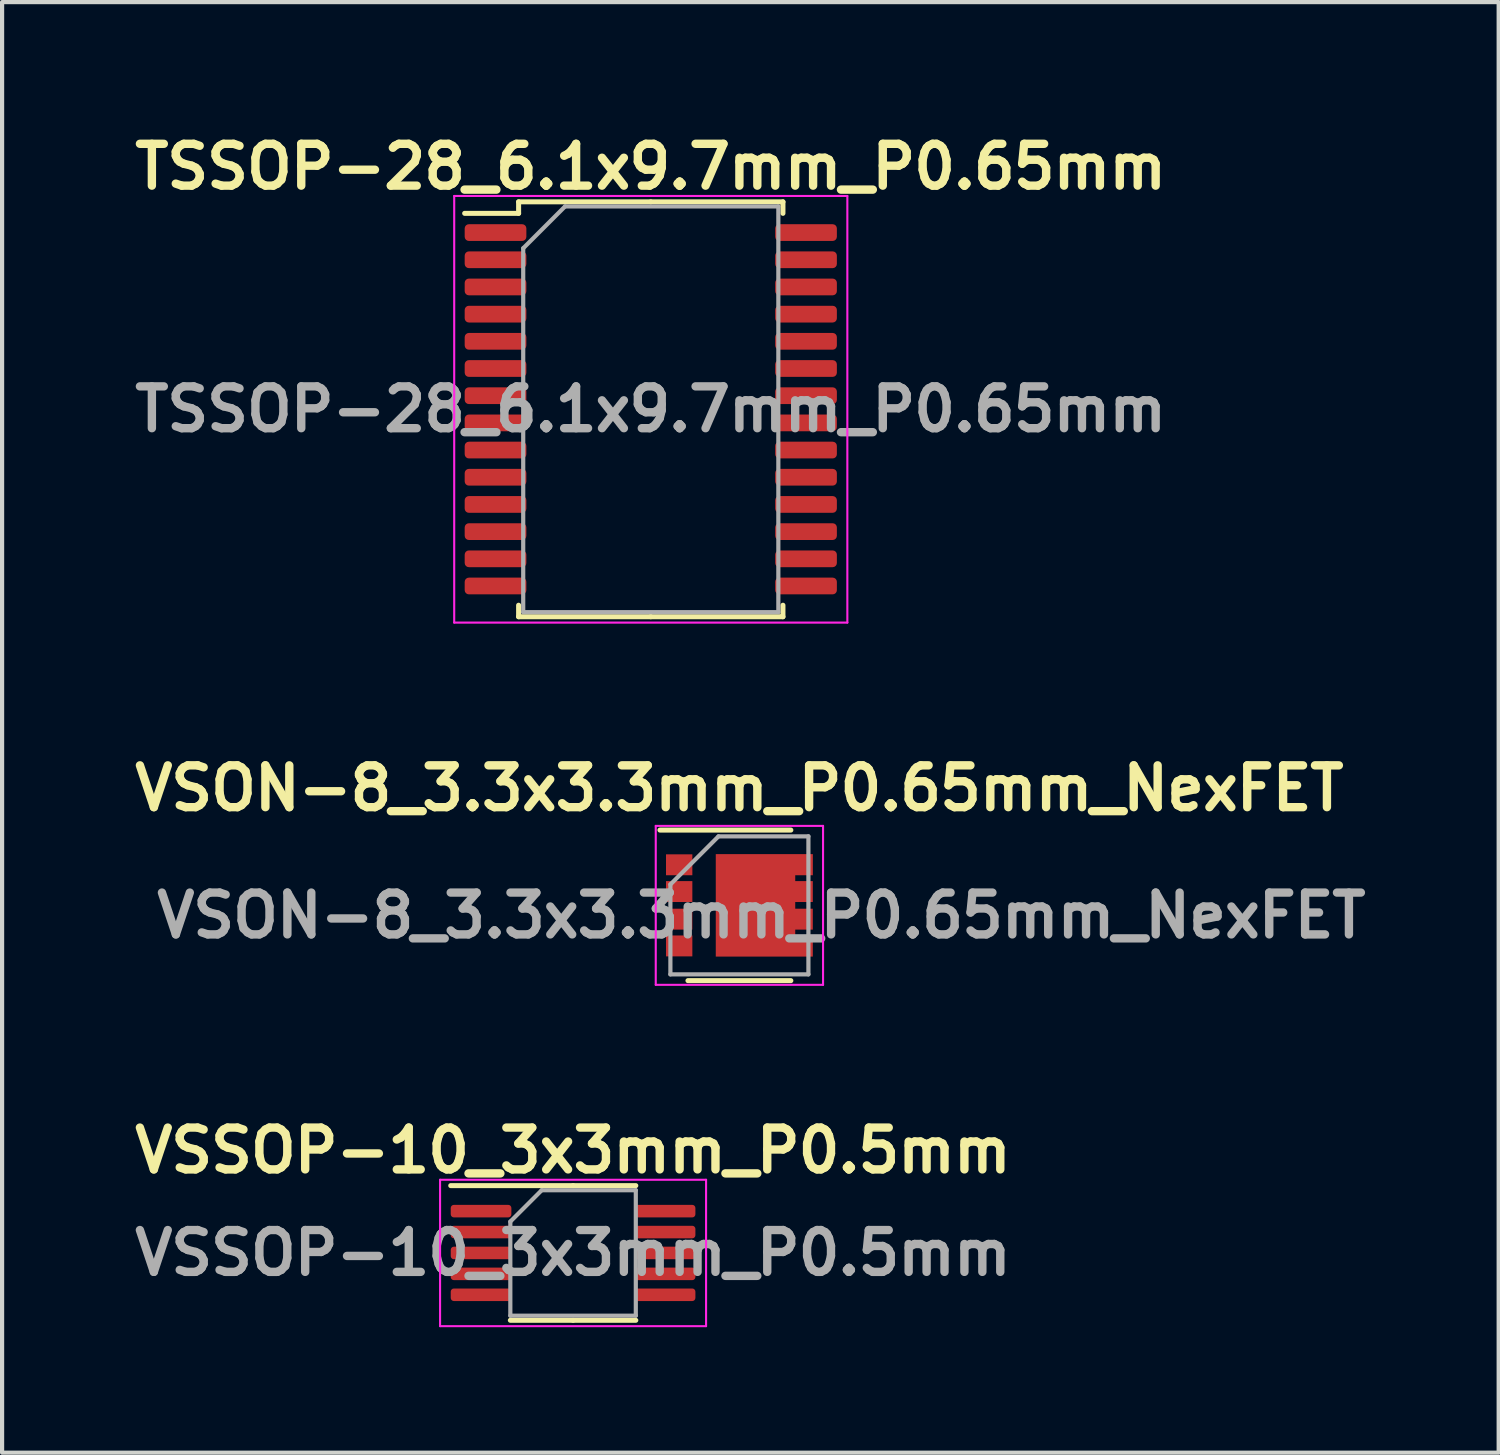
<source format=kicad_pcb>
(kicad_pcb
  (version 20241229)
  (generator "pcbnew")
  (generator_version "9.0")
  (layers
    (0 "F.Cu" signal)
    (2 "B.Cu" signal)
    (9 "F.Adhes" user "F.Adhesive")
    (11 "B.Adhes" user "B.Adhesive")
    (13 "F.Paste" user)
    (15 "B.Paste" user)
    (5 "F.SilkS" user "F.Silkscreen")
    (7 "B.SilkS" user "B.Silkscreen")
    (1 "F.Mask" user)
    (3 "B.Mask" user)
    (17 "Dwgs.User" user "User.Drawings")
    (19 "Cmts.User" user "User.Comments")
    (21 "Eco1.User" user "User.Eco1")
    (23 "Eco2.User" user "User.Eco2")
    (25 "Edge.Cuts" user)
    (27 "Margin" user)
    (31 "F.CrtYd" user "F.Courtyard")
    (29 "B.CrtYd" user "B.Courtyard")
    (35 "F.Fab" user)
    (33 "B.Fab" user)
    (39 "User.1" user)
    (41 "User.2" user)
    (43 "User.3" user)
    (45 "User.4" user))
  (footprint "VSSOP-10_3x3mm_P0.5mm"
    (layer "F.Cu")
    (at 10.652 26.908)
    (property "Reference" "VSSOP-10_3x3mm_P0.5mm" (at 0 -2.45 0) (layer "F.SilkS") (effects (font (size 1 1) (thickness 0.2))))
    (attr smd)
    (fp_line (start 0 -1.61) (end -2.925 -1.61) (stroke (width 0.12) (type solid)) (layer "F.SilkS"))
    (fp_line (start 0 -1.61) (end 1.5 -1.61) (stroke (width 0.12) (type solid)) (layer "F.SilkS"))
    (fp_line (start 0 1.61) (end -1.5 1.61) (stroke (width 0.12) (type solid)) (layer "F.SilkS"))
    (fp_line (start 0 1.61) (end 1.5 1.61) (stroke (width 0.12) (type solid)) (layer "F.SilkS"))
    (fp_line (start -3.18 -1.75) (end -3.18 1.75) (stroke (width 0.05) (type solid)) (layer "F.CrtYd"))
    (fp_line (start -3.18 1.75) (end 3.18 1.75) (stroke (width 0.05) (type solid)) (layer "F.CrtYd"))
    (fp_line (start 3.18 -1.75) (end -3.18 -1.75) (stroke (width 0.05) (type solid)) (layer "F.CrtYd"))
    (fp_line (start 3.18 1.75) (end 3.18 -1.75) (stroke (width 0.05) (type solid)) (layer "F.CrtYd"))
    (fp_line (start -1.5 -0.75) (end -0.75 -1.5) (stroke (width 0.1) (type solid)) (layer "F.Fab"))
    (fp_line (start -1.5 1.5) (end -1.5 -0.75) (stroke (width 0.1) (type solid)) (layer "F.Fab"))
    (fp_line (start -0.75 -1.5) (end 1.5 -1.5) (stroke (width 0.1) (type solid)) (layer "F.Fab"))
    (fp_line (start 1.5 -1.5) (end 1.5 1.5) (stroke (width 0.1) (type solid)) (layer "F.Fab"))
    (fp_line (start 1.5 1.5) (end -1.5 1.5) (stroke (width 0.1) (type solid)) (layer "F.Fab"))
    (fp_text user "${REFERENCE}" (at 0 0 0) (layer "F.Fab") (effects (font (size 1 1) (thickness 0.2))))
    (pad "1" smd roundrect (at -2.2 -1) (size 1.45 0.3) (layers "F.Cu" "F.Mask" "F.Paste") (roundrect_rratio 0.25))
    (pad "2" smd roundrect (at -2.2 -0.5) (size 1.45 0.3) (layers "F.Cu" "F.Mask" "F.Paste") (roundrect_rratio 0.25))
    (pad "3" smd roundrect (at -2.2 0) (size 1.45 0.3) (layers "F.Cu" "F.Mask" "F.Paste") (roundrect_rratio 0.25))
    (pad "4" smd roundrect (at -2.2 0.5) (size 1.45 0.3) (layers "F.Cu" "F.Mask" "F.Paste") (roundrect_rratio 0.25))
    (pad "5" smd roundrect (at -2.2 1) (size 1.45 0.3) (layers "F.Cu" "F.Mask" "F.Paste") (roundrect_rratio 0.25))
    (pad "6" smd roundrect (at 2.2 1) (size 1.45 0.3) (layers "F.Cu" "F.Mask" "F.Paste") (roundrect_rratio 0.25))
    (pad "7" smd roundrect (at 2.2 0.5) (size 1.45 0.3) (layers "F.Cu" "F.Mask" "F.Paste") (roundrect_rratio 0.25))
    (pad "8" smd roundrect (at 2.2 0) (size 1.45 0.3) (layers "F.Cu" "F.Mask" "F.Paste") (roundrect_rratio 0.25))
    (pad "9" smd roundrect (at 2.2 -0.5) (size 1.45 0.3) (layers "F.Cu" "F.Mask" "F.Paste") (roundrect_rratio 0.25))
    (pad "10" smd roundrect (at 2.2 -1) (size 1.45 0.3) (layers "F.Cu" "F.Mask" "F.Paste") (roundrect_rratio 0.25)))
  (footprint "VSON-8_3.3x3.3mm_P0.65mm_NexFET"
    (layer "F.Cu")
    (at 14.629 18.597)
    (property "Reference" "VSON-8_3.3x3.3mm_P0.65mm_NexFET" (at 0 -2.8 0) (layer "F.SilkS") (effects (font (size 1 1) (thickness 0.2))))
    (attr smd)
    (fp_line (start -1.9 -1.8) (end 1.23 -1.8) (stroke (width 0.12) (type solid)) (layer "F.SilkS"))
    (fp_line (start -1.23 1.8) (end 1.23 1.8) (stroke (width 0.12) (type solid)) (layer "F.SilkS"))
    (fp_line (start -2 -1.9) (end -2 1.9) (stroke (width 0.05) (type solid)) (layer "F.CrtYd"))
    (fp_line (start -2 -1.9) (end 2 -1.9) (stroke (width 0.05) (type solid)) (layer "F.CrtYd"))
    (fp_line (start -2 1.9) (end 2 1.9) (stroke (width 0.05) (type solid)) (layer "F.CrtYd"))
    (fp_line (start 2 -1.9) (end 2 1.9) (stroke (width 0.05) (type solid)) (layer "F.CrtYd"))
    (fp_line (start -1.65 -0.5) (end -0.5 -1.65) (stroke (width 0.1) (type solid)) (layer "F.Fab"))
    (fp_line (start -1.65 1.65) (end -1.65 -0.5) (stroke (width 0.1) (type solid)) (layer "F.Fab"))
    (fp_line (start -0.5 -1.65) (end 1.65 -1.65) (stroke (width 0.1) (type solid)) (layer "F.Fab"))
    (fp_line (start 1.65 -1.65) (end 1.65 1.65) (stroke (width 0.1) (type solid)) (layer "F.Fab"))
    (fp_line (start 1.65 1.65) (end -1.65 1.65) (stroke (width 0.1) (type solid)) (layer "F.Fab"))
    (fp_text user "${REFERENCE}" (at 0.526 0.242 0) (layer "F.Fab") (effects (font (size 1 1) (thickness 0.2))))
    (pad "" smd rect (at -0.09 -0.61) (size 0.57 0.738) (layers "F.Paste"))
    (pad "" smd rect (at -0.09 0.61) (size 0.57 0.738) (layers "F.Paste"))
    (pad "" smd rect (at 0.86 -0.61) (size 0.57 0.738) (layers "F.Paste"))
    (pad "" smd rect (at 0.86 0.61) (size 0.57 0.738) (layers "F.Paste"))
    (pad "" smd rect (at 1.44 -0.973) (size 0.63 0.505) (layers "F.Paste"))
    (pad "" smd rect (at 1.44 -0.33) (size 0.63 0.5) (layers "F.Paste"))
    (pad "" smd rect (at 1.44 0.33) (size 0.63 0.5) (layers "F.Paste"))
    (pad "" smd rect (at 1.44 0.973) (size 0.63 0.505) (layers "F.Paste"))
    (pad "1" smd rect (at -1.44 -0.97) (size 0.63 0.5) (layers "F.Cu" "F.Mask" "F.Paste"))
    (pad "2" smd rect (at -1.44 -0.33) (size 0.63 0.5) (layers "F.Cu" "F.Mask" "F.Paste"))
    (pad "3" smd rect (at -1.44 0.33) (size 0.63 0.5) (layers "F.Cu" "F.Mask" "F.Paste"))
    (pad "4" smd rect (at -1.44 0.97) (size 0.63 0.5) (layers "F.Cu" "F.Mask" "F.Paste"))
    (pad "5" smd custom (at 0.385 0) (size 1.9 2.45) (layers "F.Cu" "F.Mask") (options (anchor rect)) (primitives (gr_poly (pts (xy 1.371 -0.72) (xy 0.95 -0.72) (xy 0.95 -0.58) (xy 1.37 -0.58) (xy 1.37 -0.08) (xy 0.95 -0.08) (xy 0.95 0.08) (xy 1.37 0.08) (xy 1.37 0.58) (xy 0.95 0.58) (xy 0.95 0.72) (xy 1.37 0.72) (xy 1.37 1.225) (xy -0.95 1.225) (xy -0.95 -1.225) (xy 1.371 -1.225)) (width 0) (fill yes)))))
  (footprint "TSSOP-28_6.1x9.7mm_P0.65mm"
    (layer "F.Cu")
    (at 12.51 6.736)
    (property "Reference" "TSSOP-28_6.1x9.7mm_P0.65mm" (at 0 -5.8 0) (layer "F.SilkS") (effects (font (size 1 1) (thickness 0.2))))
    (attr smd)
    (fp_line (start -3.16 -4.96) (end -3.16 -4.685) (stroke (width 0.12) (type solid)) (layer "F.SilkS"))
    (fp_line (start -3.16 -4.685) (end -4.45 -4.685) (stroke (width 0.12) (type solid)) (layer "F.SilkS"))
    (fp_line (start -3.16 4.96) (end -3.16 4.685) (stroke (width 0.12) (type solid)) (layer "F.SilkS"))
    (fp_line (start 0 -4.96) (end -3.16 -4.96) (stroke (width 0.12) (type solid)) (layer "F.SilkS"))
    (fp_line (start 0 -4.96) (end 3.16 -4.96) (stroke (width 0.12) (type solid)) (layer "F.SilkS"))
    (fp_line (start 0 4.96) (end -3.16 4.96) (stroke (width 0.12) (type solid)) (layer "F.SilkS"))
    (fp_line (start 0 4.96) (end 3.16 4.96) (stroke (width 0.12) (type solid)) (layer "F.SilkS"))
    (fp_line (start 3.16 -4.96) (end 3.16 -4.685) (stroke (width 0.12) (type solid)) (layer "F.SilkS"))
    (fp_line (start 3.16 4.96) (end 3.16 4.685) (stroke (width 0.12) (type solid)) (layer "F.SilkS"))
    (fp_line (start -4.7 -5.1) (end -4.7 5.1) (stroke (width 0.05) (type solid)) (layer "F.CrtYd"))
    (fp_line (start -4.7 5.1) (end 4.7 5.1) (stroke (width 0.05) (type solid)) (layer "F.CrtYd"))
    (fp_line (start 4.7 -5.1) (end -4.7 -5.1) (stroke (width 0.05) (type solid)) (layer "F.CrtYd"))
    (fp_line (start 4.7 5.1) (end 4.7 -5.1) (stroke (width 0.05) (type solid)) (layer "F.CrtYd"))
    (fp_line (start -3.05 -3.85) (end -2.05 -4.85) (stroke (width 0.1) (type solid)) (layer "F.Fab"))
    (fp_line (start -3.05 4.85) (end -3.05 -3.85) (stroke (width 0.1) (type solid)) (layer "F.Fab"))
    (fp_line (start -2.05 -4.85) (end 3.05 -4.85) (stroke (width 0.1) (type solid)) (layer "F.Fab"))
    (fp_line (start 3.05 -4.85) (end 3.05 4.85) (stroke (width 0.1) (type solid)) (layer "F.Fab"))
    (fp_line (start 3.05 4.85) (end -3.05 4.85) (stroke (width 0.1) (type solid)) (layer "F.Fab"))
    (fp_text user "${REFERENCE}" (at 0 0 0) (layer "F.Fab") (effects (font (size 1 1) (thickness 0.2))))
    (pad "1" smd roundrect (at -3.712 -4.225) (size 1.475 0.4) (layers "F.Cu" "F.Mask" "F.Paste") (roundrect_rratio 0.25))
    (pad "2" smd roundrect (at -3.712 -3.575) (size 1.475 0.4) (layers "F.Cu" "F.Mask" "F.Paste") (roundrect_rratio 0.25))
    (pad "3" smd roundrect (at -3.712 -2.925) (size 1.475 0.4) (layers "F.Cu" "F.Mask" "F.Paste") (roundrect_rratio 0.25))
    (pad "4" smd roundrect (at -3.712 -2.275) (size 1.475 0.4) (layers "F.Cu" "F.Mask" "F.Paste") (roundrect_rratio 0.25))
    (pad "5" smd roundrect (at -3.712 -1.625) (size 1.475 0.4) (layers "F.Cu" "F.Mask" "F.Paste") (roundrect_rratio 0.25))
    (pad "6" smd roundrect (at -3.712 -0.975) (size 1.475 0.4) (layers "F.Cu" "F.Mask" "F.Paste") (roundrect_rratio 0.25))
    (pad "7" smd roundrect (at -3.712 -0.325) (size 1.475 0.4) (layers "F.Cu" "F.Mask" "F.Paste") (roundrect_rratio 0.25))
    (pad "8" smd roundrect (at -3.712 0.325) (size 1.475 0.4) (layers "F.Cu" "F.Mask" "F.Paste") (roundrect_rratio 0.25))
    (pad "9" smd roundrect (at -3.712 0.975) (size 1.475 0.4) (layers "F.Cu" "F.Mask" "F.Paste") (roundrect_rratio 0.25))
    (pad "10" smd roundrect (at -3.712 1.625) (size 1.475 0.4) (layers "F.Cu" "F.Mask" "F.Paste") (roundrect_rratio 0.25))
    (pad "11" smd roundrect (at -3.712 2.275) (size 1.475 0.4) (layers "F.Cu" "F.Mask" "F.Paste") (roundrect_rratio 0.25))
    (pad "12" smd roundrect (at -3.712 2.925) (size 1.475 0.4) (layers "F.Cu" "F.Mask" "F.Paste") (roundrect_rratio 0.25))
    (pad "13" smd roundrect (at -3.712 3.575) (size 1.475 0.4) (layers "F.Cu" "F.Mask" "F.Paste") (roundrect_rratio 0.25))
    (pad "14" smd roundrect (at -3.712 4.225) (size 1.475 0.4) (layers "F.Cu" "F.Mask" "F.Paste") (roundrect_rratio 0.25))
    (pad "15" smd roundrect (at 3.712 4.225) (size 1.475 0.4) (layers "F.Cu" "F.Mask" "F.Paste") (roundrect_rratio 0.25))
    (pad "16" smd roundrect (at 3.712 3.575) (size 1.475 0.4) (layers "F.Cu" "F.Mask" "F.Paste") (roundrect_rratio 0.25))
    (pad "17" smd roundrect (at 3.712 2.925) (size 1.475 0.4) (layers "F.Cu" "F.Mask" "F.Paste") (roundrect_rratio 0.25))
    (pad "18" smd roundrect (at 3.712 2.275) (size 1.475 0.4) (layers "F.Cu" "F.Mask" "F.Paste") (roundrect_rratio 0.25))
    (pad "19" smd roundrect (at 3.712 1.625) (size 1.475 0.4) (layers "F.Cu" "F.Mask" "F.Paste") (roundrect_rratio 0.25))
    (pad "20" smd roundrect (at 3.712 0.975) (size 1.475 0.4) (layers "F.Cu" "F.Mask" "F.Paste") (roundrect_rratio 0.25))
    (pad "21" smd roundrect (at 3.712 0.325) (size 1.475 0.4) (layers "F.Cu" "F.Mask" "F.Paste") (roundrect_rratio 0.25))
    (pad "22" smd roundrect (at 3.712 -0.325) (size 1.475 0.4) (layers "F.Cu" "F.Mask" "F.Paste") (roundrect_rratio 0.25))
    (pad "23" smd roundrect (at 3.712 -0.975) (size 1.475 0.4) (layers "F.Cu" "F.Mask" "F.Paste") (roundrect_rratio 0.25))
    (pad "24" smd roundrect (at 3.712 -1.625) (size 1.475 0.4) (layers "F.Cu" "F.Mask" "F.Paste") (roundrect_rratio 0.25))
    (pad "25" smd roundrect (at 3.712 -2.275) (size 1.475 0.4) (layers "F.Cu" "F.Mask" "F.Paste") (roundrect_rratio 0.25))
    (pad "26" smd roundrect (at 3.712 -2.925) (size 1.475 0.4) (layers "F.Cu" "F.Mask" "F.Paste") (roundrect_rratio 0.25))
    (pad "27" smd roundrect (at 3.712 -3.575) (size 1.475 0.4) (layers "F.Cu" "F.Mask" "F.Paste") (roundrect_rratio 0.25))
    (pad "28" smd roundrect (at 3.712 -4.225) (size 1.475 0.4) (layers "F.Cu" "F.Mask" "F.Paste") (roundrect_rratio 0.25)))
  (gr_rect
    (start -3 -3)
    (end 32.783 31.683)
    (stroke (width 0.1) (type default))
    (fill no)
    (layer "Edge.Cuts")))
</source>
